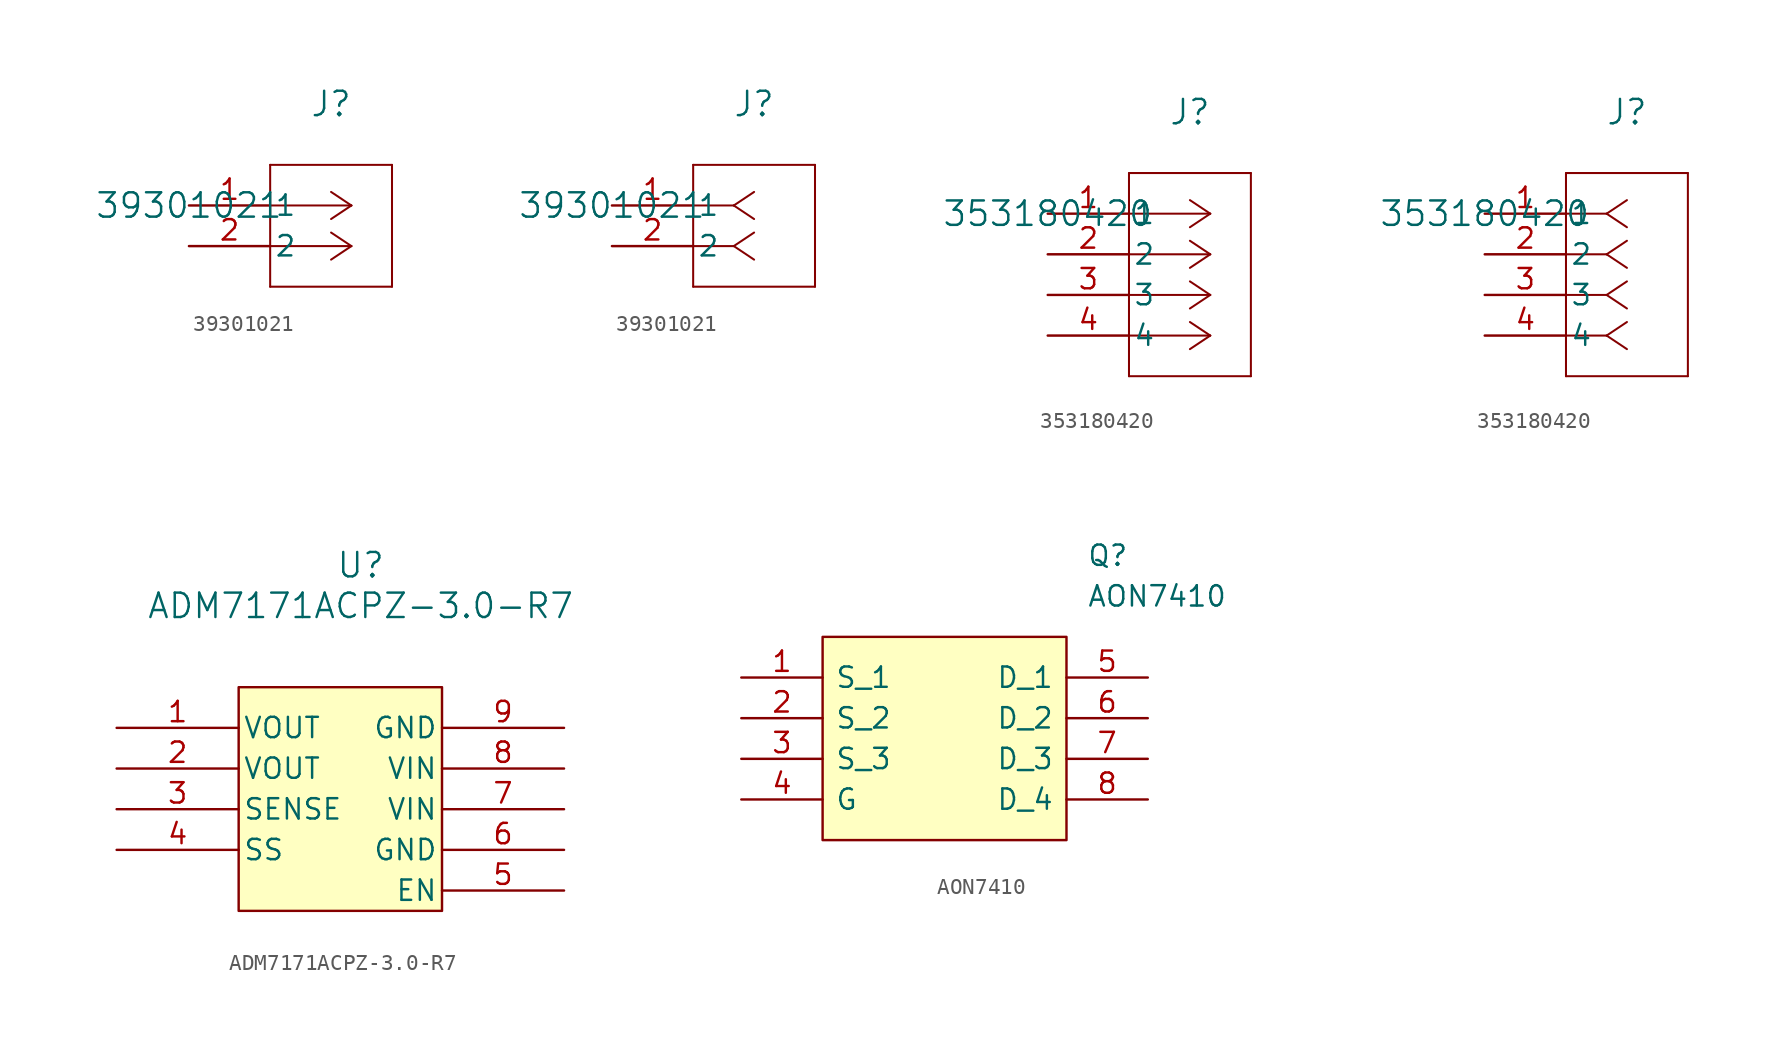
<source format=kicad_sym>
(kicad_symbol_lib
  (version 20241209)
  (generator "kicad_symbol_editor")
  (generator_version "9.0")
  (symbol "39301021"
    (pin_names
      (offset 0.254))
    (property "Reference" "J"
      (at 8.89 6.35 0)
      (effects (font (size 1.524 1.524))))
    (property "Value" "39301021"
      (at 0 0 0)
      (effects (font (size 1.524 1.524))))
    (property "ki_locked" ""
      (at 0 0 0)
      (effects (font (size 1.27 1.27))))
    (symbol "39301021_1_1"
      (polyline (pts (xy 5.08 2.54) (xy 5.08 -5.08)) (stroke (width 0.127) (type default)) (fill (type none)))
      (polyline (pts (xy 5.08 -5.08) (xy 12.7 -5.08)) (stroke (width 0.127) (type default)) (fill (type none)))
      (polyline (pts (xy 10.16 0) (xy 5.08 0)) (stroke (width 0.127) (type default)) (fill (type none)))
      (polyline (pts (xy 10.16 0) (xy 8.89 0.847)) (stroke (width 0.127) (type default)) (fill (type none)))
      (polyline (pts (xy 10.16 0) (xy 8.89 -0.847)) (stroke (width 0.127) (type default)) (fill (type none)))
      (polyline (pts (xy 10.16 -2.54) (xy 5.08 -2.54)) (stroke (width 0.127) (type default)) (fill (type none)))
      (polyline (pts (xy 10.16 -2.54) (xy 8.89 -1.693)) (stroke (width 0.127) (type default)) (fill (type none)))
      (polyline (pts (xy 10.16 -2.54) (xy 8.89 -3.387)) (stroke (width 0.127) (type default)) (fill (type none)))
      (polyline (pts (xy 12.7 2.54) (xy 5.08 2.54)) (stroke (width 0.127) (type default)) (fill (type none)))
      (polyline (pts (xy 12.7 -5.08) (xy 12.7 2.54)) (stroke (width 0.127) (type default)) (fill (type none)))
      (pin unspecified line (at 0 0 0) (length 5.08) (name "1" (effects (font (size 1.27 1.27)))) (number "1" (effects (font (size 1.27 1.27)))))
      (pin unspecified line (at 0 -2.54 0) (length 5.08) (name "2" (effects (font (size 1.27 1.27)))) (number "2" (effects (font (size 1.27 1.27))))))
    (symbol "39301021_1_2"
      (polyline (pts (xy 5.08 2.54) (xy 5.08 -5.08)) (stroke (width 0.127) (type default)) (fill (type none)))
      (polyline (pts (xy 5.08 -5.08) (xy 12.7 -5.08)) (stroke (width 0.127) (type default)) (fill (type none)))
      (polyline (pts (xy 7.62 0) (xy 5.08 0)) (stroke (width 0.127) (type default)) (fill (type none)))
      (polyline (pts (xy 7.62 0) (xy 8.89 0.847)) (stroke (width 0.127) (type default)) (fill (type none)))
      (polyline (pts (xy 7.62 0) (xy 8.89 -0.847)) (stroke (width 0.127) (type default)) (fill (type none)))
      (polyline (pts (xy 7.62 -2.54) (xy 5.08 -2.54)) (stroke (width 0.127) (type default)) (fill (type none)))
      (polyline (pts (xy 7.62 -2.54) (xy 8.89 -1.693)) (stroke (width 0.127) (type default)) (fill (type none)))
      (polyline (pts (xy 7.62 -2.54) (xy 8.89 -3.387)) (stroke (width 0.127) (type default)) (fill (type none)))
      (polyline (pts (xy 12.7 2.54) (xy 5.08 2.54)) (stroke (width 0.127) (type default)) (fill (type none)))
      (polyline (pts (xy 12.7 -5.08) (xy 12.7 2.54)) (stroke (width 0.127) (type default)) (fill (type none)))
      (pin unspecified line (at 0 0 0) (length 5.08) (name "1" (effects (font (size 1.27 1.27)))) (number "1" (effects (font (size 1.27 1.27)))))
      (pin unspecified line (at 0 -2.54 0) (length 5.08) (name "2" (effects (font (size 1.27 1.27)))) (number "2" (effects (font (size 1.27 1.27)))))))
  (symbol "353180420"
    (pin_names
      (offset 0.254))
    (property "Reference" "J"
      (at 8.89 6.35 0)
      (effects (font (size 1.524 1.524))))
    (property "Value" "353180420"
      (at 0 0 0)
      (effects (font (size 1.524 1.524))))
    (property "ki_locked" ""
      (at 0 0 0)
      (effects (font (size 1.27 1.27))))
    (symbol "353180420_1_1"
      (polyline (pts (xy 5.08 2.54) (xy 5.08 -10.16)) (stroke (width 0.127) (type default)) (fill (type none)))
      (polyline (pts (xy 5.08 -10.16) (xy 12.7 -10.16)) (stroke (width 0.127) (type default)) (fill (type none)))
      (polyline (pts (xy 10.16 0) (xy 5.08 0)) (stroke (width 0.127) (type default)) (fill (type none)))
      (polyline (pts (xy 10.16 0) (xy 8.89 0.847)) (stroke (width 0.127) (type default)) (fill (type none)))
      (polyline (pts (xy 10.16 0) (xy 8.89 -0.847)) (stroke (width 0.127) (type default)) (fill (type none)))
      (polyline (pts (xy 10.16 -2.54) (xy 5.08 -2.54)) (stroke (width 0.127) (type default)) (fill (type none)))
      (polyline (pts (xy 10.16 -2.54) (xy 8.89 -1.693)) (stroke (width 0.127) (type default)) (fill (type none)))
      (polyline (pts (xy 10.16 -2.54) (xy 8.89 -3.387)) (stroke (width 0.127) (type default)) (fill (type none)))
      (polyline (pts (xy 10.16 -5.08) (xy 5.08 -5.08)) (stroke (width 0.127) (type default)) (fill (type none)))
      (polyline (pts (xy 10.16 -5.08) (xy 8.89 -4.233)) (stroke (width 0.127) (type default)) (fill (type none)))
      (polyline (pts (xy 10.16 -5.08) (xy 8.89 -5.927)) (stroke (width 0.127) (type default)) (fill (type none)))
      (polyline (pts (xy 10.16 -7.62) (xy 5.08 -7.62)) (stroke (width 0.127) (type default)) (fill (type none)))
      (polyline (pts (xy 10.16 -7.62) (xy 8.89 -6.773)) (stroke (width 0.127) (type default)) (fill (type none)))
      (polyline (pts (xy 10.16 -7.62) (xy 8.89 -8.467)) (stroke (width 0.127) (type default)) (fill (type none)))
      (polyline (pts (xy 12.7 2.54) (xy 5.08 2.54)) (stroke (width 0.127) (type default)) (fill (type none)))
      (polyline (pts (xy 12.7 -10.16) (xy 12.7 2.54)) (stroke (width 0.127) (type default)) (fill (type none)))
      (pin unspecified line (at 0 0 0) (length 5.08) (name "1" (effects (font (size 1.27 1.27)))) (number "1" (effects (font (size 1.27 1.27)))))
      (pin unspecified line (at 0 -2.54 0) (length 5.08) (name "2" (effects (font (size 1.27 1.27)))) (number "2" (effects (font (size 1.27 1.27)))))
      (pin unspecified line (at 0 -5.08 0) (length 5.08) (name "3" (effects (font (size 1.27 1.27)))) (number "3" (effects (font (size 1.27 1.27)))))
      (pin unspecified line (at 0 -7.62 0) (length 5.08) (name "4" (effects (font (size 1.27 1.27)))) (number "4" (effects (font (size 1.27 1.27))))))
    (symbol "353180420_1_2"
      (polyline (pts (xy 5.08 2.54) (xy 5.08 -10.16)) (stroke (width 0.127) (type default)) (fill (type none)))
      (polyline (pts (xy 5.08 -10.16) (xy 12.7 -10.16)) (stroke (width 0.127) (type default)) (fill (type none)))
      (polyline (pts (xy 7.62 0) (xy 5.08 0)) (stroke (width 0.127) (type default)) (fill (type none)))
      (polyline (pts (xy 7.62 0) (xy 8.89 0.847)) (stroke (width 0.127) (type default)) (fill (type none)))
      (polyline (pts (xy 7.62 0) (xy 8.89 -0.847)) (stroke (width 0.127) (type default)) (fill (type none)))
      (polyline (pts (xy 7.62 -2.54) (xy 5.08 -2.54)) (stroke (width 0.127) (type default)) (fill (type none)))
      (polyline (pts (xy 7.62 -2.54) (xy 8.89 -1.693)) (stroke (width 0.127) (type default)) (fill (type none)))
      (polyline (pts (xy 7.62 -2.54) (xy 8.89 -3.387)) (stroke (width 0.127) (type default)) (fill (type none)))
      (polyline (pts (xy 7.62 -5.08) (xy 5.08 -5.08)) (stroke (width 0.127) (type default)) (fill (type none)))
      (polyline (pts (xy 7.62 -5.08) (xy 8.89 -4.233)) (stroke (width 0.127) (type default)) (fill (type none)))
      (polyline (pts (xy 7.62 -5.08) (xy 8.89 -5.927)) (stroke (width 0.127) (type default)) (fill (type none)))
      (polyline (pts (xy 7.62 -7.62) (xy 5.08 -7.62)) (stroke (width 0.127) (type default)) (fill (type none)))
      (polyline (pts (xy 7.62 -7.62) (xy 8.89 -6.773)) (stroke (width 0.127) (type default)) (fill (type none)))
      (polyline (pts (xy 7.62 -7.62) (xy 8.89 -8.467)) (stroke (width 0.127) (type default)) (fill (type none)))
      (polyline (pts (xy 12.7 2.54) (xy 5.08 2.54)) (stroke (width 0.127) (type default)) (fill (type none)))
      (polyline (pts (xy 12.7 -10.16) (xy 12.7 2.54)) (stroke (width 0.127) (type default)) (fill (type none)))
      (pin unspecified line (at 0 0 0) (length 5.08) (name "1" (effects (font (size 1.27 1.27)))) (number "1" (effects (font (size 1.27 1.27)))))
      (pin unspecified line (at 0 -2.54 0) (length 5.08) (name "2" (effects (font (size 1.27 1.27)))) (number "2" (effects (font (size 1.27 1.27)))))
      (pin unspecified line (at 0 -5.08 0) (length 5.08) (name "3" (effects (font (size 1.27 1.27)))) (number "3" (effects (font (size 1.27 1.27)))))
      (pin unspecified line (at 0 -7.62 0) (length 5.08) (name "4" (effects (font (size 1.27 1.27)))) (number "4" (effects (font (size 1.27 1.27)))))))
  (symbol "ADM7171ACPZ-3.0-R7"
    (pin_names
      (offset 0.254))
    (property "Reference" "U"
      (at 0 15.24 0)
      (effects (font (size 1.524 1.524))))
    (property "Value" "ADM7171ACPZ-3.0-R7"
      (at 0 12.7 0)
      (effects (font (size 1.524 1.524))))
    (symbol "ADM7171ACPZ-3.0-R7_0_1"
      (pin power_out line (at 12.7 5.08 180) (length 7.62) (name "GND" (effects (font (size 1.27 1.27)))) (number "9" (effects (font (size 1.27 1.27)))))
      (pin power_in line (at 12.7 2.54 180) (length 7.62) (name "VIN" (effects (font (size 1.27 1.27)))) (number "8" (effects (font (size 1.27 1.27)))))
      (pin power_in line (at 12.7 0 180) (length 7.62) (name "VIN" (effects (font (size 1.27 1.27)))) (number "7" (effects (font (size 1.27 1.27)))))
      (pin input line (at 12.7 -5.08 180) (length 7.62) (name "EN" (effects (font (size 1.27 1.27)))) (number "5" (effects (font (size 1.27 1.27))))))
    (symbol "ADM7171ACPZ-3.0-R7_1_1"
      (rectangle (start -7.62 7.62) (end 5.08 -6.35) (stroke (width 0) (type default)) (fill (type background)))
      (pin power_out line (at -15.24 5.08 0) (length 7.62) (name "VOUT" (effects (font (size 1.27 1.27)))) (number "1" (effects (font (size 1.27 1.27)))))
      (pin passive line (at -15.24 2.54 0) (length 7.62) (name "VOUT" (effects (font (size 1.27 1.27)))) (number "2" (effects (font (size 1.27 1.27)))))
      (pin passive line (at -15.24 0 0) (length 7.62) (name "SENSE" (effects (font (size 1.27 1.27)))) (number "3" (effects (font (size 1.27 1.27)))))
      (pin passive line (at -15.24 -2.54 0) (length 7.62) (name "SS" (effects (font (size 1.27 1.27)))) (number "4" (effects (font (size 1.27 1.27)))))
      (pin passive line (at 12.7 -2.54 180) (length 7.62) (name "GND" (effects (font (size 1.27 1.27)))) (number "6" (effects (font (size 1.27 1.27)))))))
  (symbol "AON7410"
    (pin_names
      (offset 0.762))
    (property "Reference" "Q"
      (at 8.89 11.43 0)
      (effects (font (size 1.27 1.27)) (justify left)))
    (property "Value" "AON7410"
      (at 8.89 8.89 0)
      (effects (font (size 1.27 1.27)) (justify left)))
    (symbol "AON7410_0_0"
      (pin passive line (at -12.7 3.81 0) (length 5.08) (name "S_1" (effects (font (size 1.27 1.27)))) (number "1" (effects (font (size 1.27 1.27)))))
      (pin passive line (at -12.7 1.27 0) (length 5.08) (name "S_2" (effects (font (size 1.27 1.27)))) (number "2" (effects (font (size 1.27 1.27)))))
      (pin passive line (at -12.7 -1.27 0) (length 5.08) (name "S_3" (effects (font (size 1.27 1.27)))) (number "3" (effects (font (size 1.27 1.27)))))
      (pin passive line (at -12.7 -3.81 0) (length 5.08) (name "G" (effects (font (size 1.27 1.27)))) (number "4" (effects (font (size 1.27 1.27)))))
      (pin passive line (at 12.7 3.81 180) (length 5.08) (name "D_1" (effects (font (size 1.27 1.27)))) (number "5" (effects (font (size 1.27 1.27)))))
      (pin passive line (at 12.7 1.27 180) (length 5.08) (name "D_2" (effects (font (size 1.27 1.27)))) (number "6" (effects (font (size 1.27 1.27)))))
      (pin passive line (at 12.7 -1.27 180) (length 5.08) (name "D_3" (effects (font (size 1.27 1.27)))) (number "7" (effects (font (size 1.27 1.27)))))
      (pin passive line (at 12.7 -3.81 180) (length 5.08) (name "D_4" (effects (font (size 1.27 1.27)))) (number "8" (effects (font (size 1.27 1.27))))))
    (symbol "AON7410_1_1"
      (polyline (pts (xy -7.62 6.35) (xy 7.62 6.35) (xy 7.62 -6.35) (xy -7.62 -6.35) (xy -7.62 6.35)) (stroke (width 0.152) (type solid)) (fill (type background))))))
</source>
